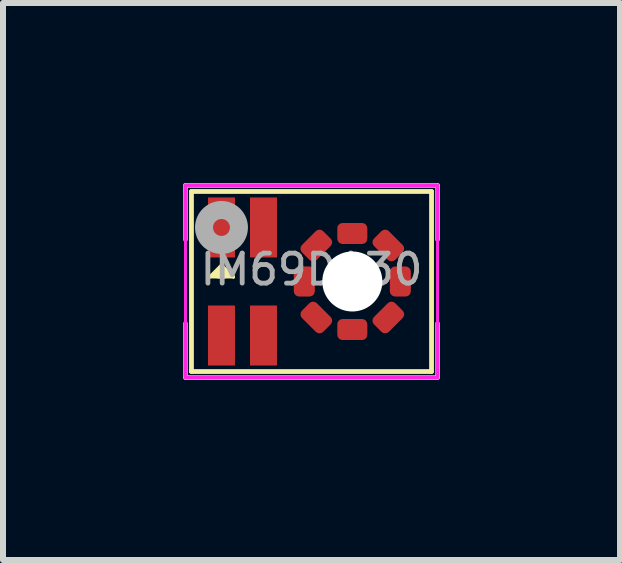
<source format=kicad_pcb>
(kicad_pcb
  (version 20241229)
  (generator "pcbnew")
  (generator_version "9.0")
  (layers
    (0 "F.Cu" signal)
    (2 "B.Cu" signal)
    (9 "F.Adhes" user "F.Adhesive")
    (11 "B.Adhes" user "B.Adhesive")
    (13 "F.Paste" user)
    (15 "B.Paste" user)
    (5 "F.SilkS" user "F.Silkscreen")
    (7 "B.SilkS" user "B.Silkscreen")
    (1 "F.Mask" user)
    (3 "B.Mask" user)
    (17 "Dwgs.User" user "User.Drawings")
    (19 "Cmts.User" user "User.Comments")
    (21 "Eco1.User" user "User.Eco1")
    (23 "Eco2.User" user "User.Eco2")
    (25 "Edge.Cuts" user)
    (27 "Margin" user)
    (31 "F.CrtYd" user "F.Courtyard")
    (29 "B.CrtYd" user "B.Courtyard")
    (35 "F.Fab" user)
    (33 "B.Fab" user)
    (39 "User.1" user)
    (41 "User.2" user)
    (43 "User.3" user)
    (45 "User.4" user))
  (footprint "IM69D130"
    (layer "F.Cu")
    (at 2.14 1.64)
    (property "Reference" "IM69D130" (at 0 -0.2 180) (layer "F.Fab") (effects (font (size 0.5 0.5) (thickness 0.08))))
    (attr through_hole)
    (fp_line (start -2 -1.5) (end -2 1.5) (stroke (width 0.08) (type solid)) (layer "F.SilkS"))
    (fp_line (start -2 1.5) (end 2 1.5) (stroke (width 0.08) (type solid)) (layer "F.SilkS"))
    (fp_line (start -1.7 -0.075) (end -1.5 -0.275) (stroke (width 0.05) (type solid)) (layer "F.SilkS"))
    (fp_line (start -1.5 -0.275) (end -1.3 -0.075) (stroke (width 0.05) (type solid)) (layer "F.SilkS"))
    (fp_line (start -1.5 -0.175) (end -1.7 -0.075) (stroke (width 0.05) (type solid)) (layer "F.SilkS"))
    (fp_line (start -1.5 -0.125) (end -1.5 -0.175) (stroke (width 0.15) (type solid)) (layer "F.SilkS"))
    (fp_line (start -1.45 -0.125) (end -1.55 -0.125) (stroke (width 0.15) (type solid)) (layer "F.SilkS"))
    (fp_line (start -1.3 -0.075) (end -1.7 -0.075) (stroke (width 0.05) (type solid)) (layer "F.SilkS"))
    (fp_line (start -1.3 -0.075) (end -1.5 -0.175) (stroke (width 0.05) (type solid)) (layer "F.SilkS"))
    (fp_line (start 2 -1.5) (end -2 -1.5) (stroke (width 0.08) (type solid)) (layer "F.SilkS"))
    (fp_line (start 2 -1.5) (end 2 1.5) (stroke (width 0.08) (type solid)) (layer "F.SilkS"))
    (fp_line (start -2.1 -1.6) (end 2.1 -1.6) (stroke (width 0.05) (type solid)) (layer "F.CrtYd"))
    (fp_line (start -2.1 1.6) (end -2.1 -1.6) (stroke (width 0.05) (type solid)) (layer "F.CrtYd"))
    (fp_line (start 2.1 -1.6) (end 2.1 1.6) (stroke (width 0.05) (type solid)) (layer "F.CrtYd"))
    (fp_line (start 2.1 1.6) (end -2.1 1.6) (stroke (width 0.05) (type solid)) (layer "F.CrtYd"))
    (fp_line (start -2.1 -1.6) (end -2.1 -0.7) (stroke (width 0.08) (type solid)) (layer "F.Fab"))
    (fp_line (start -2.1 0.7) (end -2.1 1.6) (stroke (width 0.08) (type solid)) (layer "F.Fab"))
    (fp_line (start -2.1 1.6) (end 2.1 1.6) (stroke (width 0.08) (type solid)) (layer "F.Fab"))
    (fp_line (start 2.1 -1.6) (end -2.1 -1.6) (stroke (width 0.08) (type solid)) (layer "F.Fab"))
    (fp_line (start 2.1 -0.7) (end 2.1 -1.6) (stroke (width 0.08) (type solid)) (layer "F.Fab"))
    (fp_line (start 2.1 1.6) (end 2.1 0.7) (stroke (width 0.08) (type solid)) (layer "F.Fab"))
    (fp_circle (center -1.5 -0.9) (end -1.5 -1.041) (stroke (width 0.3) (type solid)) (fill no) (layer "F.Fab"))
    (pad "" np_thru_hole circle (at 0.68 0) (size 1 1) (drill 1) (layers "*.Cu" "*.Mask"))
    (pad "1" smd rect (at -0.8 -0.9) (size 0.45 1) (layers "F.Cu" "F.Mask" "F.Paste"))
    (pad "2" smd rect (at -0.8 0.9) (size 0.45 1) (layers "F.Cu" "F.Mask" "F.Paste"))
    (pad "3" smd rect (at -1.5 0.9) (size 0.45 1) (layers "F.Cu" "F.Mask" "F.Paste"))
    (pad "4" smd rect (at -1.5 -0.9) (size 0.45 1) (layers "F.Cu" "F.Mask" "F.Paste"))
    (pad "5" smd roundrect (at -0.12 0) (size 0.35 0.5) (layers "F.Cu" "F.Mask" "F.Paste") (roundrect_rratio 0.25))
    (pad "5" smd roundrect (at 0.08 -0.6 135) (size 0.35 0.5) (layers "F.Cu" "F.Mask" "F.Paste") (roundrect_rratio 0.25))
    (pad "5" smd roundrect (at 0.08 0.6 225) (size 0.35 0.5) (layers "F.Cu" "F.Mask" "F.Paste") (roundrect_rratio 0.25))
    (pad "5" smd roundrect (at 0.68 -0.8 90) (size 0.35 0.5) (layers "F.Cu" "F.Mask" "F.Paste") (roundrect_rratio 0.25))
    (pad "5" smd roundrect (at 0.68 0.8 90) (size 0.35 0.5) (layers "F.Cu" "F.Mask" "F.Paste") (roundrect_rratio 0.25))
    (pad "5" smd roundrect (at 1.28 -0.6 225) (size 0.35 0.5) (layers "F.Cu" "F.Mask" "F.Paste") (roundrect_rratio 0.25))
    (pad "5" smd roundrect (at 1.28 0.6 315) (size 0.35 0.5) (layers "F.Cu" "F.Mask" "F.Paste") (roundrect_rratio 0.25))
    (pad "5" smd roundrect (at 1.48 0) (size 0.35 0.5) (layers "F.Cu" "F.Mask" "F.Paste") (roundrect_rratio 0.25)))
  (gr_rect
    (start -3 -3)
    (end 7.28 6.28)
    (stroke (width 0.1) (type default))
    (fill no)
    (layer "Edge.Cuts")))
</source>
